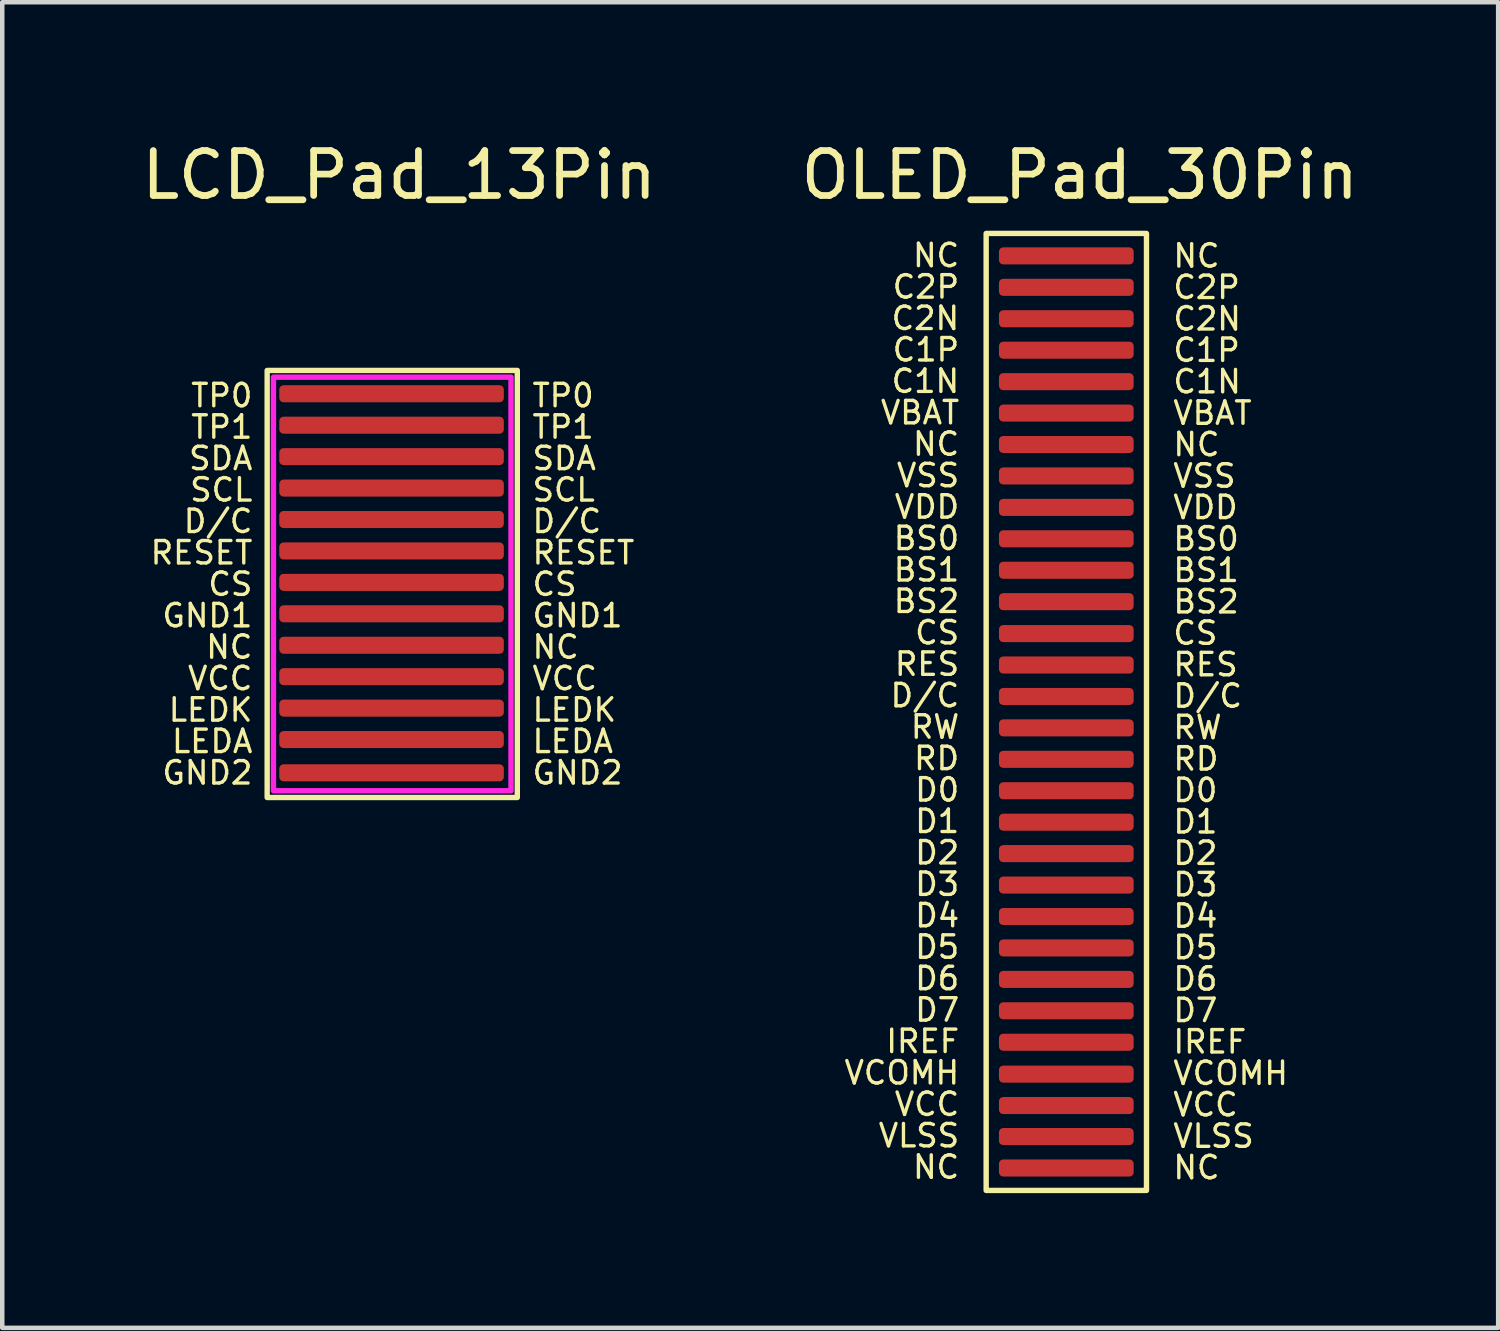
<source format=kicad_pcb>
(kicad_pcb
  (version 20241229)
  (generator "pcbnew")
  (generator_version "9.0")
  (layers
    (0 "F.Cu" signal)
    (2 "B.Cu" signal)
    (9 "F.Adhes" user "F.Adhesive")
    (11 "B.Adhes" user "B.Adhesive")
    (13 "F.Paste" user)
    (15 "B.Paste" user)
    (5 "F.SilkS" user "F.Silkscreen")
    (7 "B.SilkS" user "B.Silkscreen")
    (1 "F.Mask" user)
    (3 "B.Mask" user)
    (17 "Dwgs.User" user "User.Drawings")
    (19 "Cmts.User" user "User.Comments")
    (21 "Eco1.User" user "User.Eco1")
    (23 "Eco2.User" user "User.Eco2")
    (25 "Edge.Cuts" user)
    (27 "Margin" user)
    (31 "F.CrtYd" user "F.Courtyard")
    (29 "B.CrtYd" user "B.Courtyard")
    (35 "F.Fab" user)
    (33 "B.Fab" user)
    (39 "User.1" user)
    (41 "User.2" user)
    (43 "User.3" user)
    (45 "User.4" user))
  (footprint "OLED_Pad_30Pin"
    (layer "F.Cu")
    (at 20.794 12.948)
    (property "Reference" "OLED_Pad_30Pin" (at 0.2 -12.1 0) (unlocked yes) (layer "F.SilkS") (effects (font (size 1 1) (thickness 0.15))))
    (attr smd)
    (fp_rect (start -1.885 -10.8) (end 1.685 10.51) (stroke (width 0.12) (type solid)) (fill no) (layer "F.SilkS"))
    (fp_rect (start -1.745 -10.65) (end 1.535 10.36) (stroke (width 0.12) (type solid)) (fill no) (layer "Margin"))
    (fp_text user "RW" (at 2.821 0.2 0) (unlocked yes) (layer "F.SilkS") (effects (font (size 0.5 0.5) (thickness 0.075))))
    (fp_text user "BS2" (at -3.214 -2.61 0) (unlocked yes) (layer "F.SilkS") (effects (font (size 0.5 0.5) (thickness 0.075))))
    (fp_text user "D3" (at 2.774 3.7 0) (unlocked yes) (layer "F.SilkS") (effects (font (size 0.5 0.5) (thickness 0.075))))
    (fp_text user "VBAT" (at -3.357 -6.81 0) (unlocked yes) (layer "F.SilkS") (effects (font (size 0.5 0.5) (thickness 0.075))))
    (fp_text user "D1" (at -2.976 2.29 0) (unlocked yes) (layer "F.SilkS") (effects (font (size 0.5 0.5) (thickness 0.075))))
    (fp_text user "VLSS" (at -3.381 9.29 0) (unlocked yes) (layer "F.SilkS") (effects (font (size 0.5 0.5) (thickness 0.075))))
    (fp_text user "VDD" (at -3.202 -4.71 0) (unlocked yes) (layer "F.SilkS") (effects (font (size 0.5 0.5) (thickness 0.075))))
    (fp_text user "BS0" (at 3.012 -4 0) (unlocked yes) (layer "F.SilkS") (effects (font (size 0.5 0.5) (thickness 0.075))))
    (fp_text user "IREF" (at -3.298 7.19 0) (unlocked yes) (layer "F.SilkS") (effects (font (size 0.5 0.5) (thickness 0.075))))
    (fp_text user "NC" (at -3 9.99 0) (unlocked yes) (layer "F.SilkS") (effects (font (size 0.5 0.5) (thickness 0.075))))
    (fp_text user "VCC" (at -3.202 8.59 0) (unlocked yes) (layer "F.SilkS") (effects (font (size 0.5 0.5) (thickness 0.075))))
    (fp_text user "RD" (at -2.988 0.89 0) (unlocked yes) (layer "F.SilkS") (effects (font (size 0.5 0.5) (thickness 0.075))))
    (fp_text user "C1P" (at -3.226 -8.21 0) (unlocked yes) (layer "F.SilkS") (effects (font (size 0.5 0.5) (thickness 0.075))))
    (fp_text user "NC" (at -3 -6.11 0) (unlocked yes) (layer "F.SilkS") (effects (font (size 0.5 0.5) (thickness 0.075))))
    (fp_text user "C2P" (at -3.226 -9.61 0) (unlocked yes) (layer "F.SilkS") (effects (font (size 0.5 0.5) (thickness 0.075))))
    (fp_text user "BS2" (at 3.012 -2.6 0) (unlocked yes) (layer "F.SilkS") (effects (font (size 0.5 0.5) (thickness 0.075))))
    (fp_text user "BS1" (at 3.012 -3.3 0) (unlocked yes) (layer "F.SilkS") (effects (font (size 0.5 0.5) (thickness 0.075))))
    (fp_text user "D6" (at -2.976 5.79 0) (unlocked yes) (layer "F.SilkS") (effects (font (size 0.5 0.5) (thickness 0.075))))
    (fp_text user "CS" (at 2.774 -1.9 0) (unlocked yes) (layer "F.SilkS") (effects (font (size 0.5 0.5) (thickness 0.075))))
    (fp_text user "D7" (at 2.774 6.5 0) (unlocked yes) (layer "F.SilkS") (effects (font (size 0.5 0.5) (thickness 0.075))))
    (fp_text user "C1N" (at 3.036 -7.5 0) (unlocked yes) (layer "F.SilkS") (effects (font (size 0.5 0.5) (thickness 0.075))))
    (fp_text user "BS1" (at -3.214 -3.31 0) (unlocked yes) (layer "F.SilkS") (effects (font (size 0.5 0.5) (thickness 0.075))))
    (fp_text user "VDD" (at 3 -4.7 0) (unlocked yes) (layer "F.SilkS") (effects (font (size 0.5 0.5) (thickness 0.075))))
    (fp_text user "NC" (at -3 -10.31 0) (unlocked yes) (layer "F.SilkS") (effects (font (size 0.5 0.5) (thickness 0.075))))
    (fp_text user "D0" (at -2.976 1.59 0) (unlocked yes) (layer "F.SilkS") (effects (font (size 0.5 0.5) (thickness 0.075))))
    (fp_text user "RD" (at 2.786 0.9 0) (unlocked yes) (layer "F.SilkS") (effects (font (size 0.5 0.5) (thickness 0.075))))
    (fp_text user "CS" (at -2.976 -1.91 0) (unlocked yes) (layer "F.SilkS") (effects (font (size 0.5 0.5) (thickness 0.075))))
    (fp_text user "NC" (at 2.798 -10.3 0) (unlocked yes) (layer "F.SilkS") (effects (font (size 0.5 0.5) (thickness 0.075))))
    (fp_text user "VSS" (at -3.179 -5.41 0) (unlocked yes) (layer "F.SilkS") (effects (font (size 0.5 0.5) (thickness 0.075))))
    (fp_text user "D7" (at -2.976 6.49 0) (unlocked yes) (layer "F.SilkS") (effects (font (size 0.5 0.5) (thickness 0.075))))
    (fp_text user "VSS" (at 2.976 -5.4 0) (unlocked yes) (layer "F.SilkS") (effects (font (size 0.5 0.5) (thickness 0.075))))
    (fp_text user "C2P" (at 3.024 -9.6 0) (unlocked yes) (layer "F.SilkS") (effects (font (size 0.5 0.5) (thickness 0.075))))
    (fp_text user "VCOMH" (at 3.56 7.9 0) (unlocked yes) (layer "F.SilkS") (effects (font (size 0.5 0.5) (thickness 0.075))))
    (fp_text user "C2N" (at 3.036 -8.9 0) (unlocked yes) (layer "F.SilkS") (effects (font (size 0.5 0.5) (thickness 0.075))))
    (fp_text user "D5" (at 2.774 5.1 0) (unlocked yes) (layer "F.SilkS") (effects (font (size 0.5 0.5) (thickness 0.075))))
    (fp_text user "NC" (at 2.798 -6.1 0) (unlocked yes) (layer "F.SilkS") (effects (font (size 0.5 0.5) (thickness 0.075))))
    (fp_text user "RES" (at 3 -1.2 0) (unlocked yes) (layer "F.SilkS") (effects (font (size 0.5 0.5) (thickness 0.075))))
    (fp_text user "D2" (at -2.976 2.99 0) (unlocked yes) (layer "F.SilkS") (effects (font (size 0.5 0.5) (thickness 0.075))))
    (fp_text user "RW" (at -3.024 0.19 0) (unlocked yes) (layer "F.SilkS") (effects (font (size 0.5 0.5) (thickness 0.075))))
    (fp_text user "VLSS" (at 3.179 9.3 0) (unlocked yes) (layer "F.SilkS") (effects (font (size 0.5 0.5) (thickness 0.075))))
    (fp_text user "D6" (at 2.774 5.8 0) (unlocked yes) (layer "F.SilkS") (effects (font (size 0.5 0.5) (thickness 0.075))))
    (fp_text user "VCC" (at 3 8.6 0) (unlocked yes) (layer "F.SilkS") (effects (font (size 0.5 0.5) (thickness 0.075))))
    (fp_text user "D4" (at 2.774 4.4 0) (unlocked yes) (layer "F.SilkS") (effects (font (size 0.5 0.5) (thickness 0.075))))
    (fp_text user "D0" (at 2.774 1.6 0) (unlocked yes) (layer "F.SilkS") (effects (font (size 0.5 0.5) (thickness 0.075))))
    (fp_text user "C1P" (at 3.024 -8.2 0) (unlocked yes) (layer "F.SilkS") (effects (font (size 0.5 0.5) (thickness 0.075))))
    (fp_text user "VBAT" (at 3.155 -6.8 0) (unlocked yes) (layer "F.SilkS") (effects (font (size 0.5 0.5) (thickness 0.075))))
    (fp_text user "D/C" (at -3.25 -0.51 0) (unlocked yes) (layer "F.SilkS") (effects (font (size 0.5 0.5) (thickness 0.075))))
    (fp_text user "C2N" (at -3.238 -8.91 0) (unlocked yes) (layer "F.SilkS") (effects (font (size 0.5 0.5) (thickness 0.075))))
    (fp_text user "D/C" (at 3.048 -0.5 0) (unlocked yes) (layer "F.SilkS") (effects (font (size 0.5 0.5) (thickness 0.075))))
    (fp_text user "VCOMH" (at -3.762 7.89 0) (unlocked yes) (layer "F.SilkS") (effects (font (size 0.5 0.5) (thickness 0.075))))
    (fp_text user "D5" (at -2.976 5.09 0) (unlocked yes) (layer "F.SilkS") (effects (font (size 0.5 0.5) (thickness 0.075))))
    (fp_text user "RES" (at -3.202 -1.21 0) (unlocked yes) (layer "F.SilkS") (effects (font (size 0.5 0.5) (thickness 0.075))))
    (fp_text user "D2" (at 2.774 3 0) (unlocked yes) (layer "F.SilkS") (effects (font (size 0.5 0.5) (thickness 0.075))))
    (fp_text user "D4" (at -2.976 4.39 0) (unlocked yes) (layer "F.SilkS") (effects (font (size 0.5 0.5) (thickness 0.075))))
    (fp_text user "D3" (at -2.976 3.69 0) (unlocked yes) (layer "F.SilkS") (effects (font (size 0.5 0.5) (thickness 0.075))))
    (fp_text user "BS0" (at -3.214 -4.01 0) (unlocked yes) (layer "F.SilkS") (effects (font (size 0.5 0.5) (thickness 0.075))))
    (fp_text user "D1" (at 2.774 2.3 0) (unlocked yes) (layer "F.SilkS") (effects (font (size 0.5 0.5) (thickness 0.075))))
    (fp_text user "NC" (at 2.798 10 0) (unlocked yes) (layer "F.SilkS") (effects (font (size 0.5 0.5) (thickness 0.075))))
    (fp_text user "IREF" (at 3.095 7.2 0) (unlocked yes) (layer "F.SilkS") (effects (font (size 0.5 0.5) (thickness 0.075))))
    (fp_text user "C1N" (at -3.238 -7.51 0) (unlocked yes) (layer "F.SilkS") (effects (font (size 0.5 0.5) (thickness 0.075))))
    (pad "1" smd roundrect (at -0.1 -10.3) (size 3 0.38) (layers "F.Cu" "F.Mask" "F.Paste") (roundrect_rratio 0.25))
    (pad "2" smd roundrect (at -0.1 -9.6) (size 3 0.38) (layers "F.Cu" "F.Mask" "F.Paste") (roundrect_rratio 0.25))
    (pad "3" smd roundrect (at -0.1 -8.9) (size 3 0.38) (layers "F.Cu" "F.Mask" "F.Paste") (roundrect_rratio 0.25))
    (pad "4" smd roundrect (at -0.1 -8.2) (size 3 0.38) (layers "F.Cu" "F.Mask" "F.Paste") (roundrect_rratio 0.25))
    (pad "5" smd roundrect (at -0.1 -7.5) (size 3 0.38) (layers "F.Cu" "F.Mask" "F.Paste") (roundrect_rratio 0.25))
    (pad "6" smd roundrect (at -0.1 -6.8) (size 3 0.38) (layers "F.Cu" "F.Mask" "F.Paste") (roundrect_rratio 0.25))
    (pad "7" smd roundrect (at -0.1 -6.1) (size 3 0.38) (layers "F.Cu" "F.Mask" "F.Paste") (roundrect_rratio 0.25))
    (pad "8" smd roundrect (at -0.1 -5.4) (size 3 0.38) (layers "F.Cu" "F.Mask" "F.Paste") (roundrect_rratio 0.25))
    (pad "9" smd roundrect (at -0.1 -4.7) (size 3 0.38) (layers "F.Cu" "F.Mask" "F.Paste") (roundrect_rratio 0.25))
    (pad "10" smd roundrect (at -0.1 -4) (size 3 0.38) (layers "F.Cu" "F.Mask" "F.Paste") (roundrect_rratio 0.25))
    (pad "11" smd roundrect (at -0.1 -3.3) (size 3 0.38) (layers "F.Cu" "F.Mask" "F.Paste") (roundrect_rratio 0.25))
    (pad "12" smd roundrect (at -0.1 -2.6) (size 3 0.38) (layers "F.Cu" "F.Mask" "F.Paste") (roundrect_rratio 0.25))
    (pad "13" smd roundrect (at -0.1 -1.89) (size 3 0.38) (layers "F.Cu" "F.Mask" "F.Paste") (roundrect_rratio 0.25))
    (pad "14" smd roundrect (at -0.1 -1.19) (size 3 0.38) (layers "F.Cu" "F.Mask" "F.Paste") (roundrect_rratio 0.25))
    (pad "15" smd roundrect (at -0.1 -0.49) (size 3 0.38) (layers "F.Cu" "F.Mask" "F.Paste") (roundrect_rratio 0.25))
    (pad "16" smd roundrect (at -0.1 0.21) (size 3 0.38) (layers "F.Cu" "F.Mask" "F.Paste") (roundrect_rratio 0.25))
    (pad "17" smd roundrect (at -0.1 0.91) (size 3 0.38) (layers "F.Cu" "F.Mask" "F.Paste") (roundrect_rratio 0.25))
    (pad "18" smd roundrect (at -0.1 1.61) (size 3 0.38) (layers "F.Cu" "F.Mask" "F.Paste") (roundrect_rratio 0.25))
    (pad "19" smd roundrect (at -0.1 2.31) (size 3 0.38) (layers "F.Cu" "F.Mask" "F.Paste") (roundrect_rratio 0.25))
    (pad "20" smd roundrect (at -0.1 3.01) (size 3 0.38) (layers "F.Cu" "F.Mask" "F.Paste") (roundrect_rratio 0.25))
    (pad "21" smd roundrect (at -0.1 3.71) (size 3 0.38) (layers "F.Cu" "F.Mask" "F.Paste") (roundrect_rratio 0.25))
    (pad "22" smd roundrect (at -0.1 4.41) (size 3 0.38) (layers "F.Cu" "F.Mask" "F.Paste") (roundrect_rratio 0.25))
    (pad "23" smd roundrect (at -0.1 5.11) (size 3 0.38) (layers "F.Cu" "F.Mask" "F.Paste") (roundrect_rratio 0.25))
    (pad "24" smd roundrect (at -0.1 5.81) (size 3 0.38) (layers "F.Cu" "F.Mask" "F.Paste") (roundrect_rratio 0.25))
    (pad "25" smd roundrect (at -0.1 6.51) (size 3 0.38) (layers "F.Cu" "F.Mask" "F.Paste") (roundrect_rratio 0.25))
    (pad "26" smd roundrect (at -0.1 7.21) (size 3 0.38) (layers "F.Cu" "F.Mask" "F.Paste") (roundrect_rratio 0.25))
    (pad "27" smd roundrect (at -0.1 7.92) (size 3 0.38) (layers "F.Cu" "F.Mask" "F.Paste") (roundrect_rratio 0.25))
    (pad "28" smd roundrect (at -0.1 8.62) (size 3 0.38) (layers "F.Cu" "F.Mask" "F.Paste") (roundrect_rratio 0.25))
    (pad "29" smd roundrect (at -0.1 9.31) (size 3 0.38) (layers "F.Cu" "F.Mask" "F.Paste") (roundrect_rratio 0.25))
    (pad "30" smd roundrect (at -0.1 10.01) (size 3 0.38) (layers "F.Cu" "F.Mask" "F.Paste") (roundrect_rratio 0.25)))
  (footprint "LCD_Pad_13Pin"
    (layer "F.Cu")
    (at 5.639 9.948)
    (property "Reference" "LCD_Pad_13Pin" (at 0.2 -9.1 0) (unlocked yes) (layer "F.SilkS") (effects (font (size 1 1) (thickness 0.15))))
    (attr smd)
    (fp_rect (start -2.74 -4.75) (end 2.83 4.76) (stroke (width 0.12) (type solid)) (fill no) (layer "F.SilkS"))
    (fp_rect (start -2.6 -4.6) (end 2.69 4.61) (stroke (width 0.12) (type solid)) (fill no) (layer "F.CrtYd"))
    (fp_text user "NC" (at 3.683 1.41 0) (unlocked yes) (layer "F.SilkS") (effects (font (size 0.5 0.5) (thickness 0.075))))
    (fp_text user "D/C" (at 3.933 -1.39 0) (unlocked yes) (layer "F.SilkS") (effects (font (size 0.5 0.5) (thickness 0.075))))
    (fp_text user "RESET" (at -4.202 -0.69 0) (unlocked yes) (layer "F.SilkS") (effects (font (size 0.5 0.5) (thickness 0.075))))
    (fp_text user "NC" (at -3.583 1.41 0) (unlocked yes) (layer "F.SilkS") (effects (font (size 0.5 0.5) (thickness 0.075))))
    (fp_text user "SDA" (at -3.774 -2.79 0) (unlocked yes) (layer "F.SilkS") (effects (font (size 0.5 0.5) (thickness 0.075))))
    (fp_text user "LEDK" (at 4.1 2.81 0) (unlocked yes) (layer "F.SilkS") (effects (font (size 0.5 0.5) (thickness 0.075))))
    (fp_text user "LEDA" (at 4.064 3.51 0) (unlocked yes) (layer "F.SilkS") (effects (font (size 0.5 0.5) (thickness 0.075))))
    (fp_text user "GND2" (at -4.071 4.21 0) (unlocked yes) (layer "F.SilkS") (effects (font (size 0.5 0.5) (thickness 0.075))))
    (fp_text user "CS" (at 3.66 0.01 0) (unlocked yes) (layer "F.SilkS") (effects (font (size 0.5 0.5) (thickness 0.075))))
    (fp_text user "GND1" (at 4.171 0.71 0) (unlocked yes) (layer "F.SilkS") (effects (font (size 0.5 0.5) (thickness 0.075))))
    (fp_text user "TP1" (at 3.85 -3.49 0) (unlocked yes) (layer "F.SilkS") (effects (font (size 0.5 0.5) (thickness 0.075))))
    (fp_text user "D/C" (at -3.833 -1.39 0) (unlocked yes) (layer "F.SilkS") (effects (font (size 0.5 0.5) (thickness 0.075))))
    (fp_text user "LEDK" (at -4 2.81 0) (unlocked yes) (layer "F.SilkS") (effects (font (size 0.5 0.5) (thickness 0.075))))
    (fp_text user "RESET" (at 4.302 -0.69 0) (unlocked yes) (layer "F.SilkS") (effects (font (size 0.5 0.5) (thickness 0.075))))
    (fp_text user "SCL" (at -3.762 -2.09 0) (unlocked yes) (layer "F.SilkS") (effects (font (size 0.5 0.5) (thickness 0.075))))
    (fp_text user "SDA" (at 3.874 -2.79 0) (unlocked yes) (layer "F.SilkS") (effects (font (size 0.5 0.5) (thickness 0.075))))
    (fp_text user "CS" (at -3.56 0.01 0) (unlocked yes) (layer "F.SilkS") (effects (font (size 0.5 0.5) (thickness 0.075))))
    (fp_text user "TP0" (at -3.75 -4.19 0) (unlocked yes) (layer "F.SilkS") (effects (font (size 0.5 0.5) (thickness 0.075))))
    (fp_text user "TP0" (at 3.85 -4.19 0) (unlocked yes) (layer "F.SilkS") (effects (font (size 0.5 0.5) (thickness 0.075))))
    (fp_text user "LEDA" (at -3.964 3.51 0) (unlocked yes) (layer "F.SilkS") (effects (font (size 0.5 0.5) (thickness 0.075))))
    (fp_text user "GND1" (at -4.071 0.71 0) (unlocked yes) (layer "F.SilkS") (effects (font (size 0.5 0.5) (thickness 0.075))))
    (fp_text user "GND2" (at 4.171 4.21 0) (unlocked yes) (layer "F.SilkS") (effects (font (size 0.5 0.5) (thickness 0.075))))
    (fp_text user "TP1" (at -3.75 -3.49 0) (unlocked yes) (layer "F.SilkS") (effects (font (size 0.5 0.5) (thickness 0.075))))
    (fp_text user "VCC" (at 3.886 2.11 0) (unlocked yes) (layer "F.SilkS") (effects (font (size 0.5 0.5) (thickness 0.075))))
    (fp_text user "SCL" (at 3.862 -2.09 0) (unlocked yes) (layer "F.SilkS") (effects (font (size 0.5 0.5) (thickness 0.075))))
    (fp_text user "VCC" (at -3.786 2.11 0) (unlocked yes) (layer "F.SilkS") (effects (font (size 0.5 0.5) (thickness 0.075))))
    (pad "1" smd roundrect (at 0.03 -4.23) (size 5 0.38) (layers "F.Cu" "F.Mask" "F.Paste") (roundrect_rratio 0.25))
    (pad "2" smd roundrect (at 0.03 -3.53) (size 5 0.38) (layers "F.Cu" "F.Mask" "F.Paste") (roundrect_rratio 0.25))
    (pad "3" smd roundrect (at 0.03 -2.83) (size 5 0.38) (layers "F.Cu" "F.Mask" "F.Paste") (roundrect_rratio 0.25))
    (pad "4" smd roundrect (at 0.03 -2.13) (size 5 0.38) (layers "F.Cu" "F.Mask" "F.Paste") (roundrect_rratio 0.25))
    (pad "5" smd roundrect (at 0.03 -1.43) (size 5 0.38) (layers "F.Cu" "F.Mask" "F.Paste") (roundrect_rratio 0.25))
    (pad "6" smd roundrect (at 0.03 -0.73) (size 5 0.38) (layers "F.Cu" "F.Mask" "F.Paste") (roundrect_rratio 0.25))
    (pad "7" smd roundrect (at 0.03 -0.03) (size 5 0.38) (layers "F.Cu" "F.Mask" "F.Paste") (roundrect_rratio 0.25))
    (pad "8" smd roundrect (at 0.03 0.67) (size 5 0.38) (layers "F.Cu" "F.Mask" "F.Paste") (roundrect_rratio 0.25))
    (pad "9" smd roundrect (at 0.03 1.37) (size 5 0.38) (layers "F.Cu" "F.Mask" "F.Paste") (roundrect_rratio 0.25))
    (pad "10" smd roundrect (at 0.03 2.07) (size 5 0.38) (layers "F.Cu" "F.Mask" "F.Paste") (roundrect_rratio 0.25))
    (pad "11" smd roundrect (at 0.03 2.77) (size 5 0.38) (layers "F.Cu" "F.Mask" "F.Paste") (roundrect_rratio 0.25))
    (pad "12" smd roundrect (at 0.03 3.47) (size 5 0.38) (layers "F.Cu" "F.Mask" "F.Paste") (roundrect_rratio 0.25))
    (pad "13" smd roundrect (at 0.03 4.21) (size 5 0.38) (layers "F.Cu" "F.Mask" "F.Paste") (roundrect_rratio 0.25)))
  (gr_rect
    (start -3 -3)
    (end 30.31 26.518)
    (stroke (width 0.1) (type default))
    (fill no)
    (layer "Edge.Cuts")))
</source>
